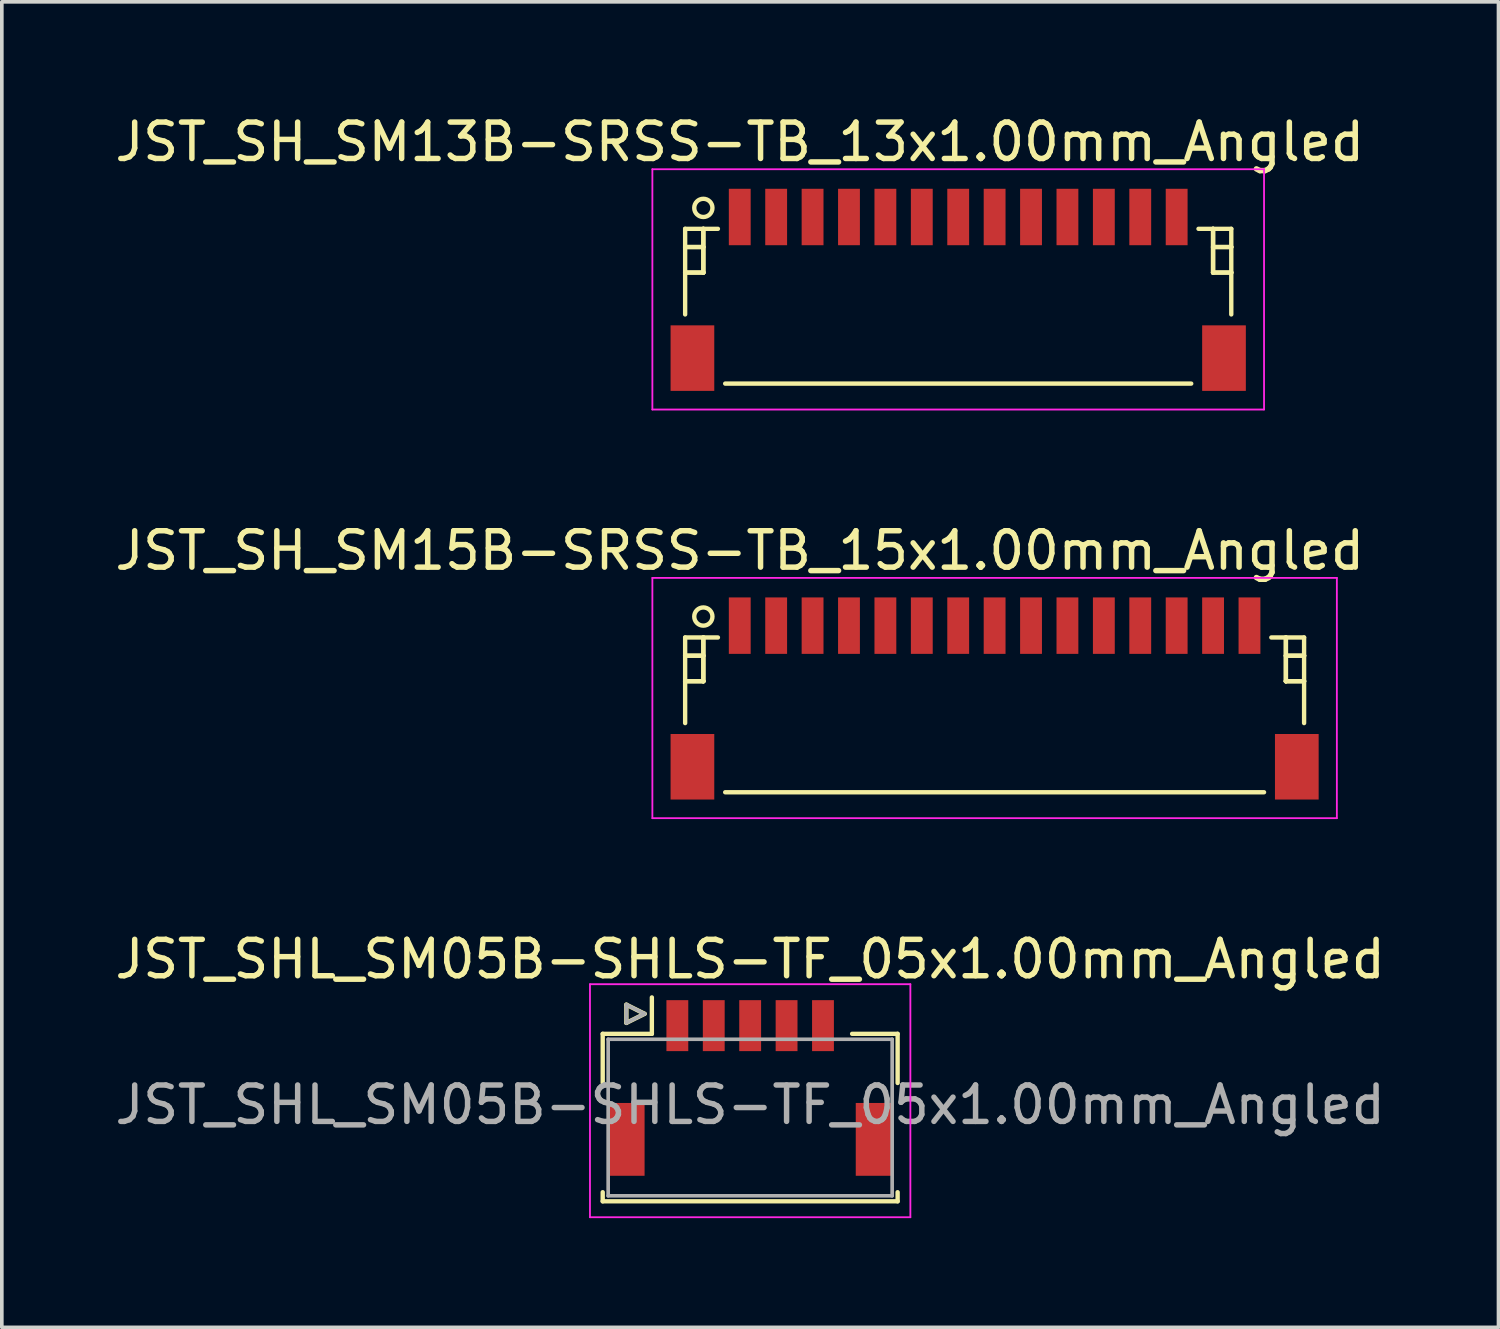
<source format=kicad_pcb>
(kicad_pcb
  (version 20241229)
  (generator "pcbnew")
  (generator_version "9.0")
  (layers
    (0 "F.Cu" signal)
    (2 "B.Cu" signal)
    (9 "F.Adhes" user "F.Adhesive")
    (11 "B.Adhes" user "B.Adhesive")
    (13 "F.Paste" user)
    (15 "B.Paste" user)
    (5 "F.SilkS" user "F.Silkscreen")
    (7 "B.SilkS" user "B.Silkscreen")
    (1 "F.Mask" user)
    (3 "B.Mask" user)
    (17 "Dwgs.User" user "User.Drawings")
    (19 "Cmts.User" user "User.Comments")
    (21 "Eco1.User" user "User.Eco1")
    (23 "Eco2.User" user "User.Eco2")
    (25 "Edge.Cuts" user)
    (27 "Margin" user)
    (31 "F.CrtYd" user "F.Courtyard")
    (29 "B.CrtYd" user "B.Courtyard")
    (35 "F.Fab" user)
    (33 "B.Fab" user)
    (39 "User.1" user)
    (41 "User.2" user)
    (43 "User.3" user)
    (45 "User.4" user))
  (footprint "JST_SHL_SM05B-SHLS-TF_05x1.00mm_Angled"
    (layer "F.Cu")
    (at 17.554 26.682)
    (property "Reference" "JST_SHL_SM05B-SHLS-TF_05x1.00mm_Angled" (at 0 -3.388 0) (layer "F.SilkS") (effects (font (size 1 1) (thickness 0.15))))
    (attr smd)
    (fp_line (start -4.05 -1.337) (end -2.7 -1.337) (stroke (width 0.12) (type solid)) (layer "F.SilkS"))
    (fp_line (start -4.05 0.013) (end -4.05 -1.337) (stroke (width 0.12) (type solid)) (layer "F.SilkS"))
    (fp_line (start -4.05 3.013) (end -4.05 3.263) (stroke (width 0.12) (type solid)) (layer "F.SilkS"))
    (fp_line (start -4.05 3.263) (end 4.05 3.263) (stroke (width 0.12) (type solid)) (layer "F.SilkS"))
    (fp_line (start -3.4 -2.138) (end -3.4 -1.637) (stroke (width 0.12) (type solid)) (layer "F.SilkS"))
    (fp_line (start -3.4 -1.637) (end -2.9 -1.887) (stroke (width 0.12) (type solid)) (layer "F.SilkS"))
    (fp_line (start -2.9 -1.887) (end -3.4 -2.138) (stroke (width 0.12) (type solid)) (layer "F.SilkS"))
    (fp_line (start -2.7 -1.337) (end -2.7 -2.337) (stroke (width 0.12) (type solid)) (layer "F.SilkS"))
    (fp_line (start 4.05 -1.337) (end 2.8 -1.337) (stroke (width 0.12) (type solid)) (layer "F.SilkS"))
    (fp_line (start 4.05 0.013) (end 4.05 -1.337) (stroke (width 0.12) (type solid)) (layer "F.SilkS"))
    (fp_line (start 4.05 3.263) (end 4.05 3.013) (stroke (width 0.12) (type solid)) (layer "F.SilkS"))
    (fp_line (start -4.4 -2.7) (end -4.4 3.7) (stroke (width 0.05) (type solid)) (layer "F.CrtYd"))
    (fp_line (start -4.4 3.7) (end 4.4 3.7) (stroke (width 0.05) (type solid)) (layer "F.CrtYd"))
    (fp_line (start 4.4 -2.7) (end -4.4 -2.7) (stroke (width 0.05) (type solid)) (layer "F.CrtYd"))
    (fp_line (start 4.4 3.7) (end 4.4 -2.7) (stroke (width 0.05) (type solid)) (layer "F.CrtYd"))
    (fp_line (start -3.9 -1.188) (end -3.9 3.112) (stroke (width 0.1) (type solid)) (layer "F.Fab"))
    (fp_line (start -3.9 3.112) (end 3.9 3.112) (stroke (width 0.1) (type solid)) (layer "F.Fab"))
    (fp_line (start -3.4 -2.138) (end -3.4 -1.637) (stroke (width 0.1) (type solid)) (layer "F.Fab"))
    (fp_line (start -3.4 -1.637) (end -2.9 -1.887) (stroke (width 0.1) (type solid)) (layer "F.Fab"))
    (fp_line (start -2.9 -1.887) (end -3.4 -2.138) (stroke (width 0.1) (type solid)) (layer "F.Fab"))
    (fp_line (start 3.9 -1.188) (end -3.9 -1.188) (stroke (width 0.1) (type solid)) (layer "F.Fab"))
    (fp_line (start 3.9 3.112) (end 3.9 -1.188) (stroke (width 0.1) (type solid)) (layer "F.Fab"))
    (fp_text user "${REFERENCE}" (at 0 0.613 0) (layer "F.Fab") (effects (font (size 1 1) (thickness 0.15))))
    (pad "" smd rect (at -3.4 1.562) (size 1 2) (layers "F.Cu" "F.Mask" "F.Paste"))
    (pad "" smd rect (at 3.4 1.562) (size 1 2) (layers "F.Cu" "F.Mask" "F.Paste"))
    (pad "1" smd rect (at -2 -1.562) (size 0.6 1.4) (layers "F.Cu" "F.Mask" "F.Paste"))
    (pad "2" smd rect (at -1 -1.562) (size 0.6 1.4) (layers "F.Cu" "F.Mask" "F.Paste"))
    (pad "3" smd rect (at 0 -1.562) (size 0.6 1.4) (layers "F.Cu" "F.Mask" "F.Paste"))
    (pad "4" smd rect (at 1 -1.562) (size 0.6 1.4) (layers "F.Cu" "F.Mask" "F.Paste"))
    (pad "5" smd rect (at 2 -1.562) (size 0.6 1.4) (layers "F.Cu" "F.Mask" "F.Paste")))
  (footprint "JST_SH_SM13B-SRSS-TB_13x1.00mm_Angled"
    (layer "F.Cu")
    (at 23.268 4.848)
    (property "Reference" "JST_SH_SM13B-SRSS-TB_13x1.00mm_Angled" (at -6 -4 0) (layer "F.SilkS") (effects (font (size 1 1) (thickness 0.15))))
    (attr smd)
    (fp_line (start -7.5 -1.613) (end -6.6 -1.613) (stroke (width 0.12) (type solid)) (layer "F.SilkS"))
    (fp_line (start -7.5 -1.113) (end -7.5 -1.113) (stroke (width 0.12) (type solid)) (layer "F.SilkS"))
    (fp_line (start -7.5 -1.113) (end -7 -1.113) (stroke (width 0.12) (type solid)) (layer "F.SilkS"))
    (fp_line (start -7.5 -0.412) (end -7.5 -0.412) (stroke (width 0.12) (type solid)) (layer "F.SilkS"))
    (fp_line (start -7.5 -0.412) (end -7 -0.412) (stroke (width 0.12) (type solid)) (layer "F.SilkS"))
    (fp_line (start -7.5 0.738) (end -7.5 -1.613) (stroke (width 0.12) (type solid)) (layer "F.SilkS"))
    (fp_line (start -7 -1.613) (end -7 -1.613) (stroke (width 0.12) (type solid)) (layer "F.SilkS"))
    (fp_line (start -7 -1.613) (end -7 -0.412) (stroke (width 0.12) (type solid)) (layer "F.SilkS"))
    (fp_line (start -7 -1.113) (end -7.5 -1.113) (stroke (width 0.12) (type solid)) (layer "F.SilkS"))
    (fp_line (start -7 -1.113) (end -7 -1.113) (stroke (width 0.12) (type solid)) (layer "F.SilkS"))
    (fp_line (start -7 -0.412) (end -7.5 -0.412) (stroke (width 0.12) (type solid)) (layer "F.SilkS"))
    (fp_line (start -7 -0.412) (end -7 -1.613) (stroke (width 0.12) (type solid)) (layer "F.SilkS"))
    (fp_line (start -7 -0.412) (end -7 -0.412) (stroke (width 0.12) (type solid)) (layer "F.SilkS"))
    (fp_line (start -7 -0.412) (end -7 -0.412) (stroke (width 0.12) (type solid)) (layer "F.SilkS"))
    (fp_line (start -6.4 2.638) (end 6.4 2.638) (stroke (width 0.12) (type solid)) (layer "F.SilkS"))
    (fp_line (start 7 -1.613) (end 7 -1.613) (stroke (width 0.12) (type solid)) (layer "F.SilkS"))
    (fp_line (start 7 -1.613) (end 7 -0.412) (stroke (width 0.12) (type solid)) (layer "F.SilkS"))
    (fp_line (start 7 -1.113) (end 7 -1.113) (stroke (width 0.12) (type solid)) (layer "F.SilkS"))
    (fp_line (start 7 -1.113) (end 7.5 -1.113) (stroke (width 0.12) (type solid)) (layer "F.SilkS"))
    (fp_line (start 7 -0.412) (end 7 -1.613) (stroke (width 0.12) (type solid)) (layer "F.SilkS"))
    (fp_line (start 7 -0.412) (end 7 -0.412) (stroke (width 0.12) (type solid)) (layer "F.SilkS"))
    (fp_line (start 7 -0.412) (end 7 -0.412) (stroke (width 0.12) (type solid)) (layer "F.SilkS"))
    (fp_line (start 7 -0.412) (end 7.5 -0.412) (stroke (width 0.12) (type solid)) (layer "F.SilkS"))
    (fp_line (start 7.5 -1.613) (end 6.6 -1.613) (stroke (width 0.12) (type solid)) (layer "F.SilkS"))
    (fp_line (start 7.5 -1.113) (end 7 -1.113) (stroke (width 0.12) (type solid)) (layer "F.SilkS"))
    (fp_line (start 7.5 -1.113) (end 7.5 -1.113) (stroke (width 0.12) (type solid)) (layer "F.SilkS"))
    (fp_line (start 7.5 -0.412) (end 7 -0.412) (stroke (width 0.12) (type solid)) (layer "F.SilkS"))
    (fp_line (start 7.5 -0.412) (end 7.5 -0.412) (stroke (width 0.12) (type solid)) (layer "F.SilkS"))
    (fp_line (start 7.5 0.738) (end 7.5 -1.613) (stroke (width 0.12) (type solid)) (layer "F.SilkS"))
    (fp_circle (center -7 -2.188) (end -6.75 -2.188) (stroke (width 0.12) (type solid)) (fill no) (layer "F.SilkS"))
    (fp_line (start -8.4 -3.25) (end 8.4 -3.25) (stroke (width 0.05) (type solid)) (layer "F.CrtYd"))
    (fp_line (start -8.4 3.35) (end -8.4 -3.25) (stroke (width 0.05) (type solid)) (layer "F.CrtYd"))
    (fp_line (start 8.4 -3.25) (end 8.4 3.35) (stroke (width 0.05) (type solid)) (layer "F.CrtYd"))
    (fp_line (start 8.4 3.35) (end -8.4 3.35) (stroke (width 0.05) (type solid)) (layer "F.CrtYd"))
    (pad "" smd rect (at -7.3 1.938) (size 1.2 1.8) (layers "F.Cu" "F.Mask" "F.Paste"))
    (pad "" smd rect (at 7.3 1.938) (size 1.2 1.8) (layers "F.Cu" "F.Mask" "F.Paste"))
    (pad "1" smd rect (at -6 -1.938) (size 0.6 1.55) (layers "F.Cu" "F.Mask" "F.Paste"))
    (pad "2" smd rect (at -5 -1.938) (size 0.6 1.55) (layers "F.Cu" "F.Mask" "F.Paste"))
    (pad "3" smd rect (at -4 -1.938) (size 0.6 1.55) (layers "F.Cu" "F.Mask" "F.Paste"))
    (pad "4" smd rect (at -3 -1.938) (size 0.6 1.55) (layers "F.Cu" "F.Mask" "F.Paste"))
    (pad "5" smd rect (at -2 -1.938) (size 0.6 1.55) (layers "F.Cu" "F.Mask" "F.Paste"))
    (pad "6" smd rect (at -1 -1.938) (size 0.6 1.55) (layers "F.Cu" "F.Mask" "F.Paste"))
    (pad "7" smd rect (at 0 -1.938) (size 0.6 1.55) (layers "F.Cu" "F.Mask" "F.Paste"))
    (pad "8" smd rect (at 1 -1.938) (size 0.6 1.55) (layers "F.Cu" "F.Mask" "F.Paste"))
    (pad "9" smd rect (at 2 -1.938) (size 0.6 1.55) (layers "F.Cu" "F.Mask" "F.Paste"))
    (pad "10" smd rect (at 3 -1.938) (size 0.6 1.55) (layers "F.Cu" "F.Mask" "F.Paste"))
    (pad "11" smd rect (at 4 -1.938) (size 0.6 1.55) (layers "F.Cu" "F.Mask" "F.Paste"))
    (pad "12" smd rect (at 5 -1.938) (size 0.6 1.55) (layers "F.Cu" "F.Mask" "F.Paste"))
    (pad "13" smd rect (at 6 -1.938) (size 0.6 1.55) (layers "F.Cu" "F.Mask" "F.Paste")))
  (footprint "JST_SH_SM15B-SRSS-TB_15x1.00mm_Angled"
    (layer "F.Cu")
    (at 24.268 16.072)
    (property "Reference" "JST_SH_SM15B-SRSS-TB_15x1.00mm_Angled" (at -7 -4 0) (layer "F.SilkS") (effects (font (size 1 1) (thickness 0.15))))
    (attr smd)
    (fp_line (start -8.5 -1.613) (end -7.6 -1.613) (stroke (width 0.12) (type solid)) (layer "F.SilkS"))
    (fp_line (start -8.5 -1.113) (end -8.5 -1.113) (stroke (width 0.12) (type solid)) (layer "F.SilkS"))
    (fp_line (start -8.5 -1.113) (end -8 -1.113) (stroke (width 0.12) (type solid)) (layer "F.SilkS"))
    (fp_line (start -8.5 -0.412) (end -8.5 -0.412) (stroke (width 0.12) (type solid)) (layer "F.SilkS"))
    (fp_line (start -8.5 -0.412) (end -8 -0.412) (stroke (width 0.12) (type solid)) (layer "F.SilkS"))
    (fp_line (start -8.5 0.738) (end -8.5 -1.613) (stroke (width 0.12) (type solid)) (layer "F.SilkS"))
    (fp_line (start -8 -1.613) (end -8 -1.613) (stroke (width 0.12) (type solid)) (layer "F.SilkS"))
    (fp_line (start -8 -1.613) (end -8 -0.412) (stroke (width 0.12) (type solid)) (layer "F.SilkS"))
    (fp_line (start -8 -1.113) (end -8.5 -1.113) (stroke (width 0.12) (type solid)) (layer "F.SilkS"))
    (fp_line (start -8 -1.113) (end -8 -1.113) (stroke (width 0.12) (type solid)) (layer "F.SilkS"))
    (fp_line (start -8 -0.412) (end -8.5 -0.412) (stroke (width 0.12) (type solid)) (layer "F.SilkS"))
    (fp_line (start -8 -0.412) (end -8 -1.613) (stroke (width 0.12) (type solid)) (layer "F.SilkS"))
    (fp_line (start -8 -0.412) (end -8 -0.412) (stroke (width 0.12) (type solid)) (layer "F.SilkS"))
    (fp_line (start -8 -0.412) (end -8 -0.412) (stroke (width 0.12) (type solid)) (layer "F.SilkS"))
    (fp_line (start -7.4 2.638) (end 7.4 2.638) (stroke (width 0.12) (type solid)) (layer "F.SilkS"))
    (fp_line (start 8 -1.613) (end 8 -1.613) (stroke (width 0.12) (type solid)) (layer "F.SilkS"))
    (fp_line (start 8 -1.613) (end 8 -0.412) (stroke (width 0.12) (type solid)) (layer "F.SilkS"))
    (fp_line (start 8 -1.113) (end 8 -1.113) (stroke (width 0.12) (type solid)) (layer "F.SilkS"))
    (fp_line (start 8 -1.113) (end 8.5 -1.113) (stroke (width 0.12) (type solid)) (layer "F.SilkS"))
    (fp_line (start 8 -0.412) (end 8 -1.613) (stroke (width 0.12) (type solid)) (layer "F.SilkS"))
    (fp_line (start 8 -0.412) (end 8 -0.412) (stroke (width 0.12) (type solid)) (layer "F.SilkS"))
    (fp_line (start 8 -0.412) (end 8 -0.412) (stroke (width 0.12) (type solid)) (layer "F.SilkS"))
    (fp_line (start 8 -0.412) (end 8.5 -0.412) (stroke (width 0.12) (type solid)) (layer "F.SilkS"))
    (fp_line (start 8.5 -1.613) (end 7.6 -1.613) (stroke (width 0.12) (type solid)) (layer "F.SilkS"))
    (fp_line (start 8.5 -1.113) (end 8 -1.113) (stroke (width 0.12) (type solid)) (layer "F.SilkS"))
    (fp_line (start 8.5 -1.113) (end 8.5 -1.113) (stroke (width 0.12) (type solid)) (layer "F.SilkS"))
    (fp_line (start 8.5 -0.412) (end 8 -0.412) (stroke (width 0.12) (type solid)) (layer "F.SilkS"))
    (fp_line (start 8.5 -0.412) (end 8.5 -0.412) (stroke (width 0.12) (type solid)) (layer "F.SilkS"))
    (fp_line (start 8.5 0.738) (end 8.5 -1.613) (stroke (width 0.12) (type solid)) (layer "F.SilkS"))
    (fp_circle (center -8 -2.188) (end -7.75 -2.188) (stroke (width 0.12) (type solid)) (fill no) (layer "F.SilkS"))
    (fp_line (start -9.4 -3.25) (end 9.4 -3.25) (stroke (width 0.05) (type solid)) (layer "F.CrtYd"))
    (fp_line (start -9.4 3.35) (end -9.4 -3.25) (stroke (width 0.05) (type solid)) (layer "F.CrtYd"))
    (fp_line (start 9.4 -3.25) (end 9.4 3.35) (stroke (width 0.05) (type solid)) (layer "F.CrtYd"))
    (fp_line (start 9.4 3.35) (end -9.4 3.35) (stroke (width 0.05) (type solid)) (layer "F.CrtYd"))
    (pad "" smd rect (at -8.3 1.938) (size 1.2 1.8) (layers "F.Cu" "F.Mask" "F.Paste"))
    (pad "" smd rect (at 8.3 1.938) (size 1.2 1.8) (layers "F.Cu" "F.Mask" "F.Paste"))
    (pad "1" smd rect (at -7 -1.938) (size 0.6 1.55) (layers "F.Cu" "F.Mask" "F.Paste"))
    (pad "2" smd rect (at -6 -1.938) (size 0.6 1.55) (layers "F.Cu" "F.Mask" "F.Paste"))
    (pad "3" smd rect (at -5 -1.938) (size 0.6 1.55) (layers "F.Cu" "F.Mask" "F.Paste"))
    (pad "4" smd rect (at -4 -1.938) (size 0.6 1.55) (layers "F.Cu" "F.Mask" "F.Paste"))
    (pad "5" smd rect (at -3 -1.938) (size 0.6 1.55) (layers "F.Cu" "F.Mask" "F.Paste"))
    (pad "6" smd rect (at -2 -1.938) (size 0.6 1.55) (layers "F.Cu" "F.Mask" "F.Paste"))
    (pad "7" smd rect (at -1 -1.938) (size 0.6 1.55) (layers "F.Cu" "F.Mask" "F.Paste"))
    (pad "8" smd rect (at 0 -1.938) (size 0.6 1.55) (layers "F.Cu" "F.Mask" "F.Paste"))
    (pad "9" smd rect (at 1 -1.938) (size 0.6 1.55) (layers "F.Cu" "F.Mask" "F.Paste"))
    (pad "10" smd rect (at 2 -1.938) (size 0.6 1.55) (layers "F.Cu" "F.Mask" "F.Paste"))
    (pad "11" smd rect (at 3 -1.938) (size 0.6 1.55) (layers "F.Cu" "F.Mask" "F.Paste"))
    (pad "12" smd rect (at 4 -1.938) (size 0.6 1.55) (layers "F.Cu" "F.Mask" "F.Paste"))
    (pad "13" smd rect (at 5 -1.938) (size 0.6 1.55) (layers "F.Cu" "F.Mask" "F.Paste"))
    (pad "14" smd rect (at 6 -1.938) (size 0.6 1.55) (layers "F.Cu" "F.Mask" "F.Paste"))
    (pad "15" smd rect (at 7 -1.938) (size 0.6 1.55) (layers "F.Cu" "F.Mask" "F.Paste")))
  (gr_rect
    (start -3 -3)
    (end 38.107 33.407)
    (stroke (width 0.1) (type default))
    (fill no)
    (layer "Edge.Cuts")))
</source>
